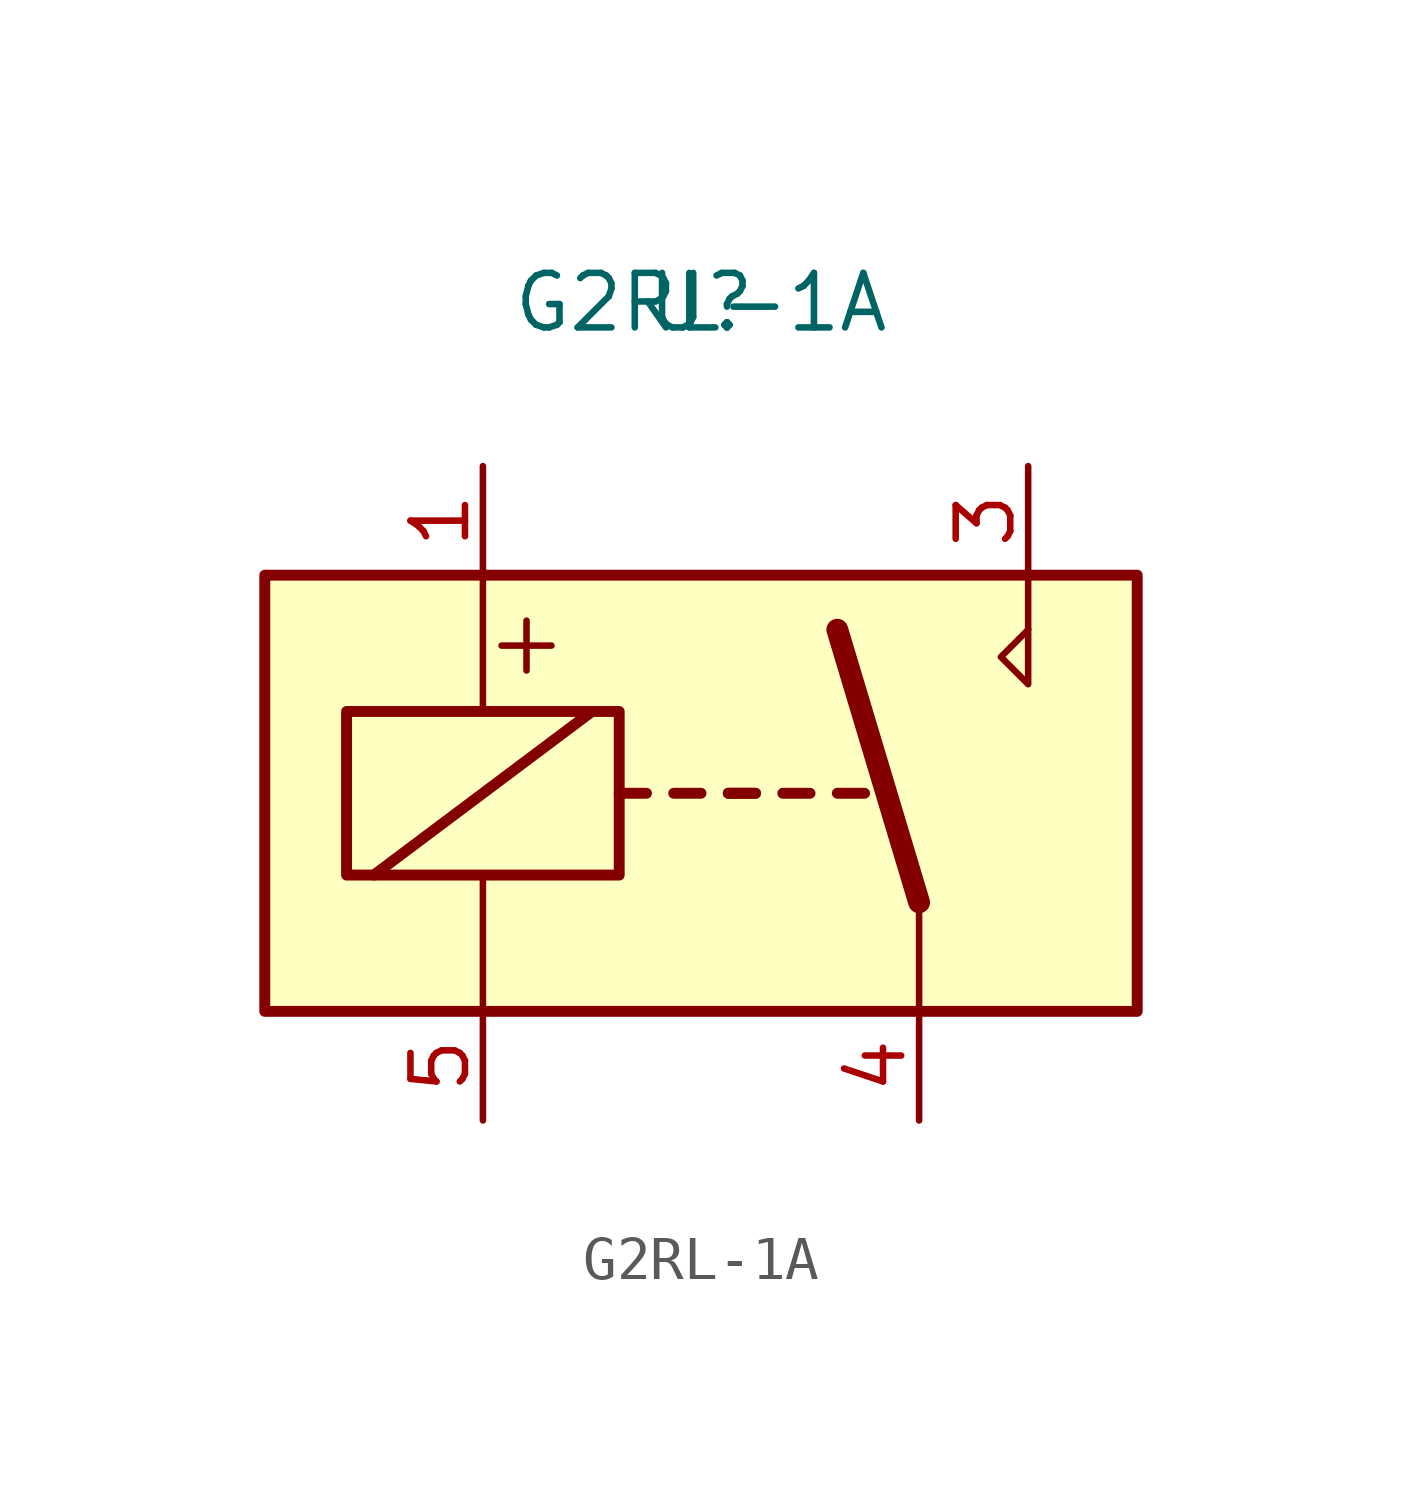
<source format=kicad_sym>
(kicad_symbol_lib
  (version 20220914)
  (generator kicad_symbol_editor)
  (symbol "G2RL-1A"
    (pin_names
      (offset 1.016))
    (property "Reference" "U"
      (at 0 0 0)
      (effects (font (size 1.27 1.27))))
    (property "Value" "G2RL-1A"
      (at 0 0 0)
      (effects (font (size 1.27 1.27))))
    (symbol "G2RL-1A_1_0"
      (polyline (pts (xy 7.62 -7.62) (xy 7.62 -6.35)) (stroke (width 0) (type default)) (fill (type none)))
      (polyline (pts (xy 7.62 -7.62) (xy 7.62 -8.89) (xy 6.985 -8.255) (xy 7.62 -7.62)) (stroke (width 0) (type default)) (fill (type none)))
      (text "+" (at -4.064 -7.874 0) (effects (font (size 1.524 1.524)))))
    (symbol "G2RL-1A_1_1"
      (rectangle (start -10.16 -6.35) (end 10.16 -16.51) (stroke (width 0.254) (type default)) (fill (type background)))
      (rectangle (start -8.255 -9.525) (end -1.905 -13.335) (stroke (width 0.254) (type default)) (fill (type none)))
      (polyline (pts (xy -7.62 -13.335) (xy -2.54 -9.525)) (stroke (width 0.254) (type default)) (fill (type none)))
      (polyline (pts (xy -5.08 -16.51) (xy -5.08 -13.335)) (stroke (width 0) (type default)) (fill (type none)))
      (polyline (pts (xy -5.08 -6.35) (xy -5.08 -9.525)) (stroke (width 0) (type default)) (fill (type none)))
      (polyline (pts (xy -1.905 -11.43) (xy -1.27 -11.43)) (stroke (width 0.254) (type default)) (fill (type none)))
      (polyline (pts (xy -0.635 -11.43) (xy 0 -11.43)) (stroke (width 0.254) (type default)) (fill (type none)))
      (polyline (pts (xy 0.635 -11.43) (xy 1.27 -11.43)) (stroke (width 0.254) (type default)) (fill (type none)))
      (polyline (pts (xy 0.635 -11.43) (xy 1.27 -11.43)) (stroke (width 0.254) (type default)) (fill (type none)))
      (polyline (pts (xy 1.905 -11.43) (xy 2.54 -11.43)) (stroke (width 0.254) (type default)) (fill (type none)))
      (polyline (pts (xy 3.175 -11.43) (xy 3.81 -11.43)) (stroke (width 0.254) (type default)) (fill (type none)))
      (polyline (pts (xy 5.08 -13.97) (xy 3.175 -7.62)) (stroke (width 0.508) (type default)) (fill (type none)))
      (polyline (pts (xy 5.08 -13.97) (xy 5.08 -16.51)) (stroke (width 0) (type default)) (fill (type none)))
      (pin passive line (at -5.08 -3.81 270) (length 2.54) (name "~" (effects (font (size 1.27 1.27)))) (number "1" (effects (font (size 1.27 1.27)))))
      (pin passive line (at 7.62 -3.81 270) (length 2.54) (name "~" (effects (font (size 1.27 1.27)))) (number "3" (effects (font (size 1.27 1.27)))))
      (pin passive line (at 5.08 -19.05 90) (length 2.54) (name "~" (effects (font (size 1.27 1.27)))) (number "4" (effects (font (size 1.27 1.27)))))
      (pin passive line (at -5.08 -19.05 90) (length 2.54) (name "~" (effects (font (size 1.27 1.27)))) (number "5" (effects (font (size 1.27 1.27))))))))
</source>
